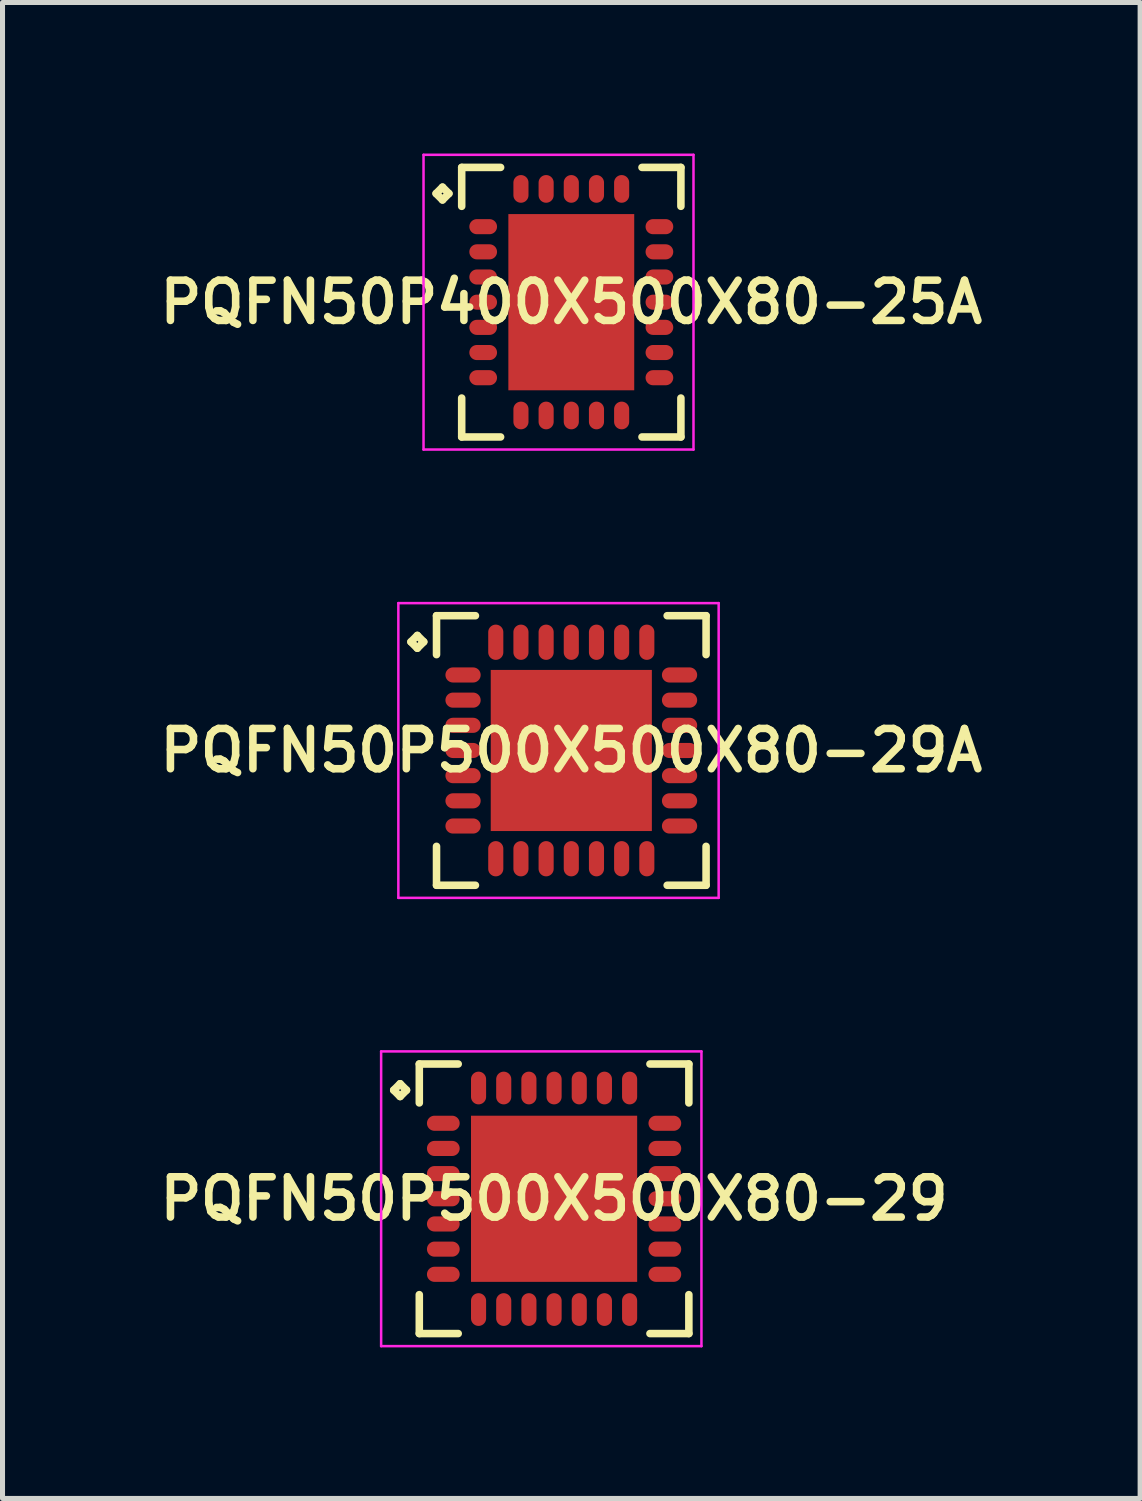
<source format=kicad_pcb>
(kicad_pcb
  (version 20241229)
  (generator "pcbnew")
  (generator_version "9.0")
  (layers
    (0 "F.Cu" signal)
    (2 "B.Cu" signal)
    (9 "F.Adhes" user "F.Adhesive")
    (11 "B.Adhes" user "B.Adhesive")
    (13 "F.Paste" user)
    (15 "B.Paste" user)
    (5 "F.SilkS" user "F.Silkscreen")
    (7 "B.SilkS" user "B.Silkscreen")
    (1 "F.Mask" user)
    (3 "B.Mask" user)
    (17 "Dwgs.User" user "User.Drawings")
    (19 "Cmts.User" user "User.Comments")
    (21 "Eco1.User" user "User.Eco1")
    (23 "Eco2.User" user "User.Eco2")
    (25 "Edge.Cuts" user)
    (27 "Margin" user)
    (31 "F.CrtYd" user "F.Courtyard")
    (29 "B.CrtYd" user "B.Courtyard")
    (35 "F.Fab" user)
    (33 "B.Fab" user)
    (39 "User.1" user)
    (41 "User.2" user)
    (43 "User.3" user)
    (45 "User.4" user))
  (footprint "PQFN50P500X500X80-29A"
    (layer "F.Cu")
    (at 8.297 11.856)
    (property "Reference" "PQFN50P500X500X80-29A" (at 0 0 0) (layer "F.SilkS") (effects (font (size 0.8 0.8) (thickness 0.15))))
    (attr smd)
    (fp_line (start -3.185 -2.158) (end -3.058 -2.285) (stroke (width 0.15) (type solid)) (layer "F.SilkS"))
    (fp_line (start -3.058 -2.285) (end -2.931 -2.158) (stroke (width 0.15) (type solid)) (layer "F.SilkS"))
    (fp_line (start -3.058 -2.031) (end -3.185 -2.158) (stroke (width 0.15) (type solid)) (layer "F.SilkS"))
    (fp_line (start -2.931 -2.158) (end -3.058 -2.031) (stroke (width 0.15) (type solid)) (layer "F.SilkS"))
    (fp_line (start -2.677 -2.677) (end -1.904 -2.677) (stroke (width 0.15) (type solid)) (layer "F.SilkS"))
    (fp_line (start -2.677 -1.904) (end -2.677 -2.677) (stroke (width 0.15) (type solid)) (layer "F.SilkS"))
    (fp_line (start -2.677 1.904) (end -2.677 2.677) (stroke (width 0.15) (type solid)) (layer "F.SilkS"))
    (fp_line (start -2.677 2.677) (end -1.904 2.677) (stroke (width 0.15) (type solid)) (layer "F.SilkS"))
    (fp_line (start 1.904 -2.677) (end 2.677 -2.677) (stroke (width 0.15) (type solid)) (layer "F.SilkS"))
    (fp_line (start 1.904 2.677) (end 2.677 2.677) (stroke (width 0.15) (type solid)) (layer "F.SilkS"))
    (fp_line (start 2.677 -2.677) (end 2.677 -1.904) (stroke (width 0.15) (type solid)) (layer "F.SilkS"))
    (fp_line (start 2.677 2.677) (end 2.677 1.904) (stroke (width 0.15) (type solid)) (layer "F.SilkS"))
    (fp_line (start -3.435 -2.927) (end 2.927 -2.927) (stroke (width 0.05) (type solid)) (layer "F.CrtYd"))
    (fp_line (start -3.435 2.927) (end -3.435 -2.927) (stroke (width 0.05) (type solid)) (layer "F.CrtYd"))
    (fp_line (start 2.927 -2.927) (end 2.927 2.927) (stroke (width 0.05) (type solid)) (layer "F.CrtYd"))
    (fp_line (start 2.927 2.927) (end -3.435 2.927) (stroke (width 0.05) (type solid)) (layer "F.CrtYd"))
    (pad "1" smd oval (at -2.15 -1.5) (size 0.7 0.3) (layers "F.Cu" "F.Mask" "F.Paste"))
    (pad "2" smd oval (at -2.15 -1) (size 0.7 0.3) (layers "F.Cu" "F.Mask" "F.Paste"))
    (pad "3" smd oval (at -2.15 -0.5) (size 0.7 0.3) (layers "F.Cu" "F.Mask" "F.Paste"))
    (pad "4" smd oval (at -2.15 0) (size 0.7 0.3) (layers "F.Cu" "F.Mask" "F.Paste"))
    (pad "5" smd oval (at -2.15 0.5) (size 0.7 0.3) (layers "F.Cu" "F.Mask" "F.Paste"))
    (pad "6" smd oval (at -2.15 1) (size 0.7 0.3) (layers "F.Cu" "F.Mask" "F.Paste"))
    (pad "7" smd oval (at -2.15 1.5) (size 0.7 0.3) (layers "F.Cu" "F.Mask" "F.Paste"))
    (pad "8" smd oval (at -1.5 2.15) (size 0.3 0.7) (layers "F.Cu" "F.Mask" "F.Paste"))
    (pad "9" smd oval (at -1 2.15) (size 0.3 0.7) (layers "F.Cu" "F.Mask" "F.Paste"))
    (pad "10" smd oval (at -0.5 2.15) (size 0.3 0.7) (layers "F.Cu" "F.Mask" "F.Paste"))
    (pad "11" smd oval (at 0 2.15) (size 0.3 0.7) (layers "F.Cu" "F.Mask" "F.Paste"))
    (pad "12" smd oval (at 0.5 2.15) (size 0.3 0.7) (layers "F.Cu" "F.Mask" "F.Paste"))
    (pad "13" smd oval (at 1 2.15) (size 0.3 0.7) (layers "F.Cu" "F.Mask" "F.Paste"))
    (pad "14" smd oval (at 1.5 2.15) (size 0.3 0.7) (layers "F.Cu" "F.Mask" "F.Paste"))
    (pad "15" smd oval (at 2.15 1.5) (size 0.7 0.3) (layers "F.Cu" "F.Mask" "F.Paste"))
    (pad "16" smd oval (at 2.15 1) (size 0.7 0.3) (layers "F.Cu" "F.Mask" "F.Paste"))
    (pad "17" smd oval (at 2.15 0.5) (size 0.7 0.3) (layers "F.Cu" "F.Mask" "F.Paste"))
    (pad "18" smd oval (at 2.15 0) (size 0.7 0.3) (layers "F.Cu" "F.Mask" "F.Paste"))
    (pad "19" smd oval (at 2.15 -0.5) (size 0.7 0.3) (layers "F.Cu" "F.Mask" "F.Paste"))
    (pad "20" smd oval (at 2.15 -1) (size 0.7 0.3) (layers "F.Cu" "F.Mask" "F.Paste"))
    (pad "21" smd oval (at 2.15 -1.5) (size 0.7 0.3) (layers "F.Cu" "F.Mask" "F.Paste"))
    (pad "22" smd oval (at 1.5 -2.15) (size 0.3 0.7) (layers "F.Cu" "F.Mask" "F.Paste"))
    (pad "23" smd oval (at 1 -2.15) (size 0.3 0.7) (layers "F.Cu" "F.Mask" "F.Paste"))
    (pad "24" smd oval (at 0.5 -2.15) (size 0.3 0.7) (layers "F.Cu" "F.Mask" "F.Paste"))
    (pad "25" smd oval (at 0 -2.15) (size 0.3 0.7) (layers "F.Cu" "F.Mask" "F.Paste"))
    (pad "26" smd oval (at -0.5 -2.15) (size 0.3 0.7) (layers "F.Cu" "F.Mask" "F.Paste"))
    (pad "27" smd oval (at -1 -2.15) (size 0.3 0.7) (layers "F.Cu" "F.Mask" "F.Paste"))
    (pad "28" smd oval (at -1.5 -2.15) (size 0.3 0.7) (layers "F.Cu" "F.Mask" "F.Paste"))
    (pad "29" smd rect (at 0 0) (size 3.2 3.2) (layers "F.Cu" "F.Mask" "F.Paste")))
  (footprint "PQFN50P500X500X80-29"
    (layer "F.Cu")
    (at 7.955 20.76)
    (property "Reference" "PQFN50P500X500X80-29" (at 0 0 0) (layer "F.SilkS") (effects (font (size 0.8 0.8) (thickness 0.15))))
    (attr smd)
    (fp_line (start -3.185 -2.158) (end -3.058 -2.285) (stroke (width 0.15) (type solid)) (layer "F.SilkS"))
    (fp_line (start -3.058 -2.285) (end -2.931 -2.158) (stroke (width 0.15) (type solid)) (layer "F.SilkS"))
    (fp_line (start -3.058 -2.031) (end -3.185 -2.158) (stroke (width 0.15) (type solid)) (layer "F.SilkS"))
    (fp_line (start -2.931 -2.158) (end -3.058 -2.031) (stroke (width 0.15) (type solid)) (layer "F.SilkS"))
    (fp_line (start -2.677 -2.677) (end -1.904 -2.677) (stroke (width 0.15) (type solid)) (layer "F.SilkS"))
    (fp_line (start -2.677 -1.904) (end -2.677 -2.677) (stroke (width 0.15) (type solid)) (layer "F.SilkS"))
    (fp_line (start -2.677 1.904) (end -2.677 2.677) (stroke (width 0.15) (type solid)) (layer "F.SilkS"))
    (fp_line (start -2.677 2.677) (end -1.904 2.677) (stroke (width 0.15) (type solid)) (layer "F.SilkS"))
    (fp_line (start 1.904 -2.677) (end 2.677 -2.677) (stroke (width 0.15) (type solid)) (layer "F.SilkS"))
    (fp_line (start 1.904 2.677) (end 2.677 2.677) (stroke (width 0.15) (type solid)) (layer "F.SilkS"))
    (fp_line (start 2.677 -2.677) (end 2.677 -1.904) (stroke (width 0.15) (type solid)) (layer "F.SilkS"))
    (fp_line (start 2.677 2.677) (end 2.677 1.904) (stroke (width 0.15) (type solid)) (layer "F.SilkS"))
    (fp_line (start -3.435 -2.927) (end 2.927 -2.927) (stroke (width 0.05) (type solid)) (layer "F.CrtYd"))
    (fp_line (start -3.435 2.927) (end -3.435 -2.927) (stroke (width 0.05) (type solid)) (layer "F.CrtYd"))
    (fp_line (start 2.927 -2.927) (end 2.927 2.927) (stroke (width 0.05) (type solid)) (layer "F.CrtYd"))
    (fp_line (start 2.927 2.927) (end -3.435 2.927) (stroke (width 0.05) (type solid)) (layer "F.CrtYd"))
    (pad "1" smd oval (at -2.2 -1.5) (size 0.65 0.3) (layers "F.Cu" "F.Mask" "F.Paste"))
    (pad "2" smd oval (at -2.2 -1) (size 0.65 0.3) (layers "F.Cu" "F.Mask" "F.Paste"))
    (pad "3" smd oval (at -2.2 -0.5) (size 0.65 0.3) (layers "F.Cu" "F.Mask" "F.Paste"))
    (pad "4" smd oval (at -2.2 0) (size 0.65 0.3) (layers "F.Cu" "F.Mask" "F.Paste"))
    (pad "5" smd oval (at -2.2 0.5) (size 0.65 0.3) (layers "F.Cu" "F.Mask" "F.Paste"))
    (pad "6" smd oval (at -2.2 1) (size 0.65 0.3) (layers "F.Cu" "F.Mask" "F.Paste"))
    (pad "7" smd oval (at -2.2 1.5) (size 0.65 0.3) (layers "F.Cu" "F.Mask" "F.Paste"))
    (pad "8" smd oval (at -1.5 2.2) (size 0.3 0.65) (layers "F.Cu" "F.Mask" "F.Paste"))
    (pad "9" smd oval (at -1 2.2) (size 0.3 0.65) (layers "F.Cu" "F.Mask" "F.Paste"))
    (pad "10" smd oval (at -0.5 2.2) (size 0.3 0.65) (layers "F.Cu" "F.Mask" "F.Paste"))
    (pad "11" smd oval (at 0 2.2) (size 0.3 0.65) (layers "F.Cu" "F.Mask" "F.Paste"))
    (pad "12" smd oval (at 0.5 2.2) (size 0.3 0.65) (layers "F.Cu" "F.Mask" "F.Paste"))
    (pad "13" smd oval (at 1 2.2) (size 0.3 0.65) (layers "F.Cu" "F.Mask" "F.Paste"))
    (pad "14" smd oval (at 1.5 2.2) (size 0.3 0.65) (layers "F.Cu" "F.Mask" "F.Paste"))
    (pad "15" smd oval (at 2.2 1.5) (size 0.65 0.3) (layers "F.Cu" "F.Mask" "F.Paste"))
    (pad "16" smd oval (at 2.2 1) (size 0.65 0.3) (layers "F.Cu" "F.Mask" "F.Paste"))
    (pad "17" smd oval (at 2.2 0.5) (size 0.65 0.3) (layers "F.Cu" "F.Mask" "F.Paste"))
    (pad "18" smd oval (at 2.2 0) (size 0.65 0.3) (layers "F.Cu" "F.Mask" "F.Paste"))
    (pad "19" smd oval (at 2.2 -0.5) (size 0.65 0.3) (layers "F.Cu" "F.Mask" "F.Paste"))
    (pad "20" smd oval (at 2.2 -1) (size 0.65 0.3) (layers "F.Cu" "F.Mask" "F.Paste"))
    (pad "21" smd oval (at 2.2 -1.5) (size 0.65 0.3) (layers "F.Cu" "F.Mask" "F.Paste"))
    (pad "22" smd oval (at 1.5 -2.2) (size 0.3 0.65) (layers "F.Cu" "F.Mask" "F.Paste"))
    (pad "23" smd oval (at 1 -2.2) (size 0.3 0.65) (layers "F.Cu" "F.Mask" "F.Paste"))
    (pad "24" smd oval (at 0.5 -2.2) (size 0.3 0.65) (layers "F.Cu" "F.Mask" "F.Paste"))
    (pad "25" smd oval (at 0 -2.2) (size 0.3 0.65) (layers "F.Cu" "F.Mask" "F.Paste"))
    (pad "26" smd oval (at -0.5 -2.2) (size 0.3 0.65) (layers "F.Cu" "F.Mask" "F.Paste"))
    (pad "27" smd oval (at -1 -2.2) (size 0.3 0.65) (layers "F.Cu" "F.Mask" "F.Paste"))
    (pad "28" smd oval (at -1.5 -2.2) (size 0.3 0.65) (layers "F.Cu" "F.Mask" "F.Paste"))
    (pad "29" smd rect (at 0 0) (size 3.3 3.3) (layers "F.Cu" "F.Mask" "F.Paste")))
  (footprint "PQFN50P400X500X80-25A"
    (layer "F.Cu")
    (at 8.297 2.952)
    (property "Reference" "PQFN50P400X500X80-25A" (at 0 0 0) (layer "F.SilkS") (effects (font (size 0.8 0.8) (thickness 0.15))))
    (attr smd)
    (fp_line (start -2.685 -2.158) (end -2.558 -2.285) (stroke (width 0.15) (type solid)) (layer "F.SilkS"))
    (fp_line (start -2.558 -2.285) (end -2.431 -2.158) (stroke (width 0.15) (type solid)) (layer "F.SilkS"))
    (fp_line (start -2.558 -2.031) (end -2.685 -2.158) (stroke (width 0.15) (type solid)) (layer "F.SilkS"))
    (fp_line (start -2.431 -2.158) (end -2.558 -2.031) (stroke (width 0.15) (type solid)) (layer "F.SilkS"))
    (fp_line (start -2.177 -2.677) (end -1.404 -2.677) (stroke (width 0.15) (type solid)) (layer "F.SilkS"))
    (fp_line (start -2.177 -1.904) (end -2.177 -2.677) (stroke (width 0.15) (type solid)) (layer "F.SilkS"))
    (fp_line (start -2.177 1.904) (end -2.177 2.677) (stroke (width 0.15) (type solid)) (layer "F.SilkS"))
    (fp_line (start -2.177 2.677) (end -1.404 2.677) (stroke (width 0.15) (type solid)) (layer "F.SilkS"))
    (fp_line (start 1.404 -2.677) (end 2.177 -2.677) (stroke (width 0.15) (type solid)) (layer "F.SilkS"))
    (fp_line (start 1.404 2.677) (end 2.177 2.677) (stroke (width 0.15) (type solid)) (layer "F.SilkS"))
    (fp_line (start 2.177 -2.677) (end 2.177 -1.904) (stroke (width 0.15) (type solid)) (layer "F.SilkS"))
    (fp_line (start 2.177 2.677) (end 2.177 1.904) (stroke (width 0.15) (type solid)) (layer "F.SilkS"))
    (fp_line (start -2.935 -2.927) (end 2.427 -2.927) (stroke (width 0.05) (type solid)) (layer "F.CrtYd"))
    (fp_line (start -2.935 2.927) (end -2.935 -2.927) (stroke (width 0.05) (type solid)) (layer "F.CrtYd"))
    (fp_line (start 2.427 -2.927) (end 2.427 2.927) (stroke (width 0.05) (type solid)) (layer "F.CrtYd"))
    (fp_line (start 2.427 2.927) (end -2.935 2.927) (stroke (width 0.05) (type solid)) (layer "F.CrtYd"))
    (pad "1" smd oval (at -1.75 -1.5) (size 0.55 0.3) (layers "F.Cu" "F.Mask" "F.Paste"))
    (pad "2" smd oval (at -1.75 -1) (size 0.55 0.3) (layers "F.Cu" "F.Mask" "F.Paste"))
    (pad "3" smd oval (at -1.75 -0.5) (size 0.55 0.3) (layers "F.Cu" "F.Mask" "F.Paste"))
    (pad "4" smd oval (at -1.75 0) (size 0.55 0.3) (layers "F.Cu" "F.Mask" "F.Paste"))
    (pad "5" smd oval (at -1.75 0.5) (size 0.55 0.3) (layers "F.Cu" "F.Mask" "F.Paste"))
    (pad "6" smd oval (at -1.75 1) (size 0.55 0.3) (layers "F.Cu" "F.Mask" "F.Paste"))
    (pad "7" smd oval (at -1.75 1.5) (size 0.55 0.3) (layers "F.Cu" "F.Mask" "F.Paste"))
    (pad "8" smd oval (at -1 2.25) (size 0.3 0.55) (layers "F.Cu" "F.Mask" "F.Paste"))
    (pad "9" smd oval (at -0.5 2.25) (size 0.3 0.55) (layers "F.Cu" "F.Mask" "F.Paste"))
    (pad "10" smd oval (at 0 2.25) (size 0.3 0.55) (layers "F.Cu" "F.Mask" "F.Paste"))
    (pad "11" smd oval (at 0.5 2.25) (size 0.3 0.55) (layers "F.Cu" "F.Mask" "F.Paste"))
    (pad "12" smd oval (at 1 2.25) (size 0.3 0.55) (layers "F.Cu" "F.Mask" "F.Paste"))
    (pad "13" smd oval (at 1.75 1.5) (size 0.55 0.3) (layers "F.Cu" "F.Mask" "F.Paste"))
    (pad "14" smd oval (at 1.75 1) (size 0.55 0.3) (layers "F.Cu" "F.Mask" "F.Paste"))
    (pad "15" smd oval (at 1.75 0.5) (size 0.55 0.3) (layers "F.Cu" "F.Mask" "F.Paste"))
    (pad "16" smd oval (at 1.75 0) (size 0.55 0.3) (layers "F.Cu" "F.Mask" "F.Paste"))
    (pad "17" smd oval (at 1.75 -0.5) (size 0.55 0.3) (layers "F.Cu" "F.Mask" "F.Paste"))
    (pad "18" smd oval (at 1.75 -1) (size 0.55 0.3) (layers "F.Cu" "F.Mask" "F.Paste"))
    (pad "19" smd oval (at 1.75 -1.5) (size 0.55 0.3) (layers "F.Cu" "F.Mask" "F.Paste"))
    (pad "20" smd oval (at 1 -2.25) (size 0.3 0.55) (layers "F.Cu" "F.Mask" "F.Paste"))
    (pad "21" smd oval (at 0.5 -2.25) (size 0.3 0.55) (layers "F.Cu" "F.Mask" "F.Paste"))
    (pad "22" smd oval (at 0 -2.25) (size 0.3 0.55) (layers "F.Cu" "F.Mask" "F.Paste"))
    (pad "23" smd oval (at -0.5 -2.25) (size 0.3 0.55) (layers "F.Cu" "F.Mask" "F.Paste"))
    (pad "24" smd oval (at -1 -2.25) (size 0.3 0.55) (layers "F.Cu" "F.Mask" "F.Paste"))
    (pad "25" smd rect (at 0 0) (size 2.5 3.5) (layers "F.Cu" "F.Mask" "F.Paste")))
  (gr_rect
    (start -3 -3)
    (end 19.595 26.712)
    (stroke (width 0.1) (type default))
    (fill no)
    (layer "Edge.Cuts")))
</source>
